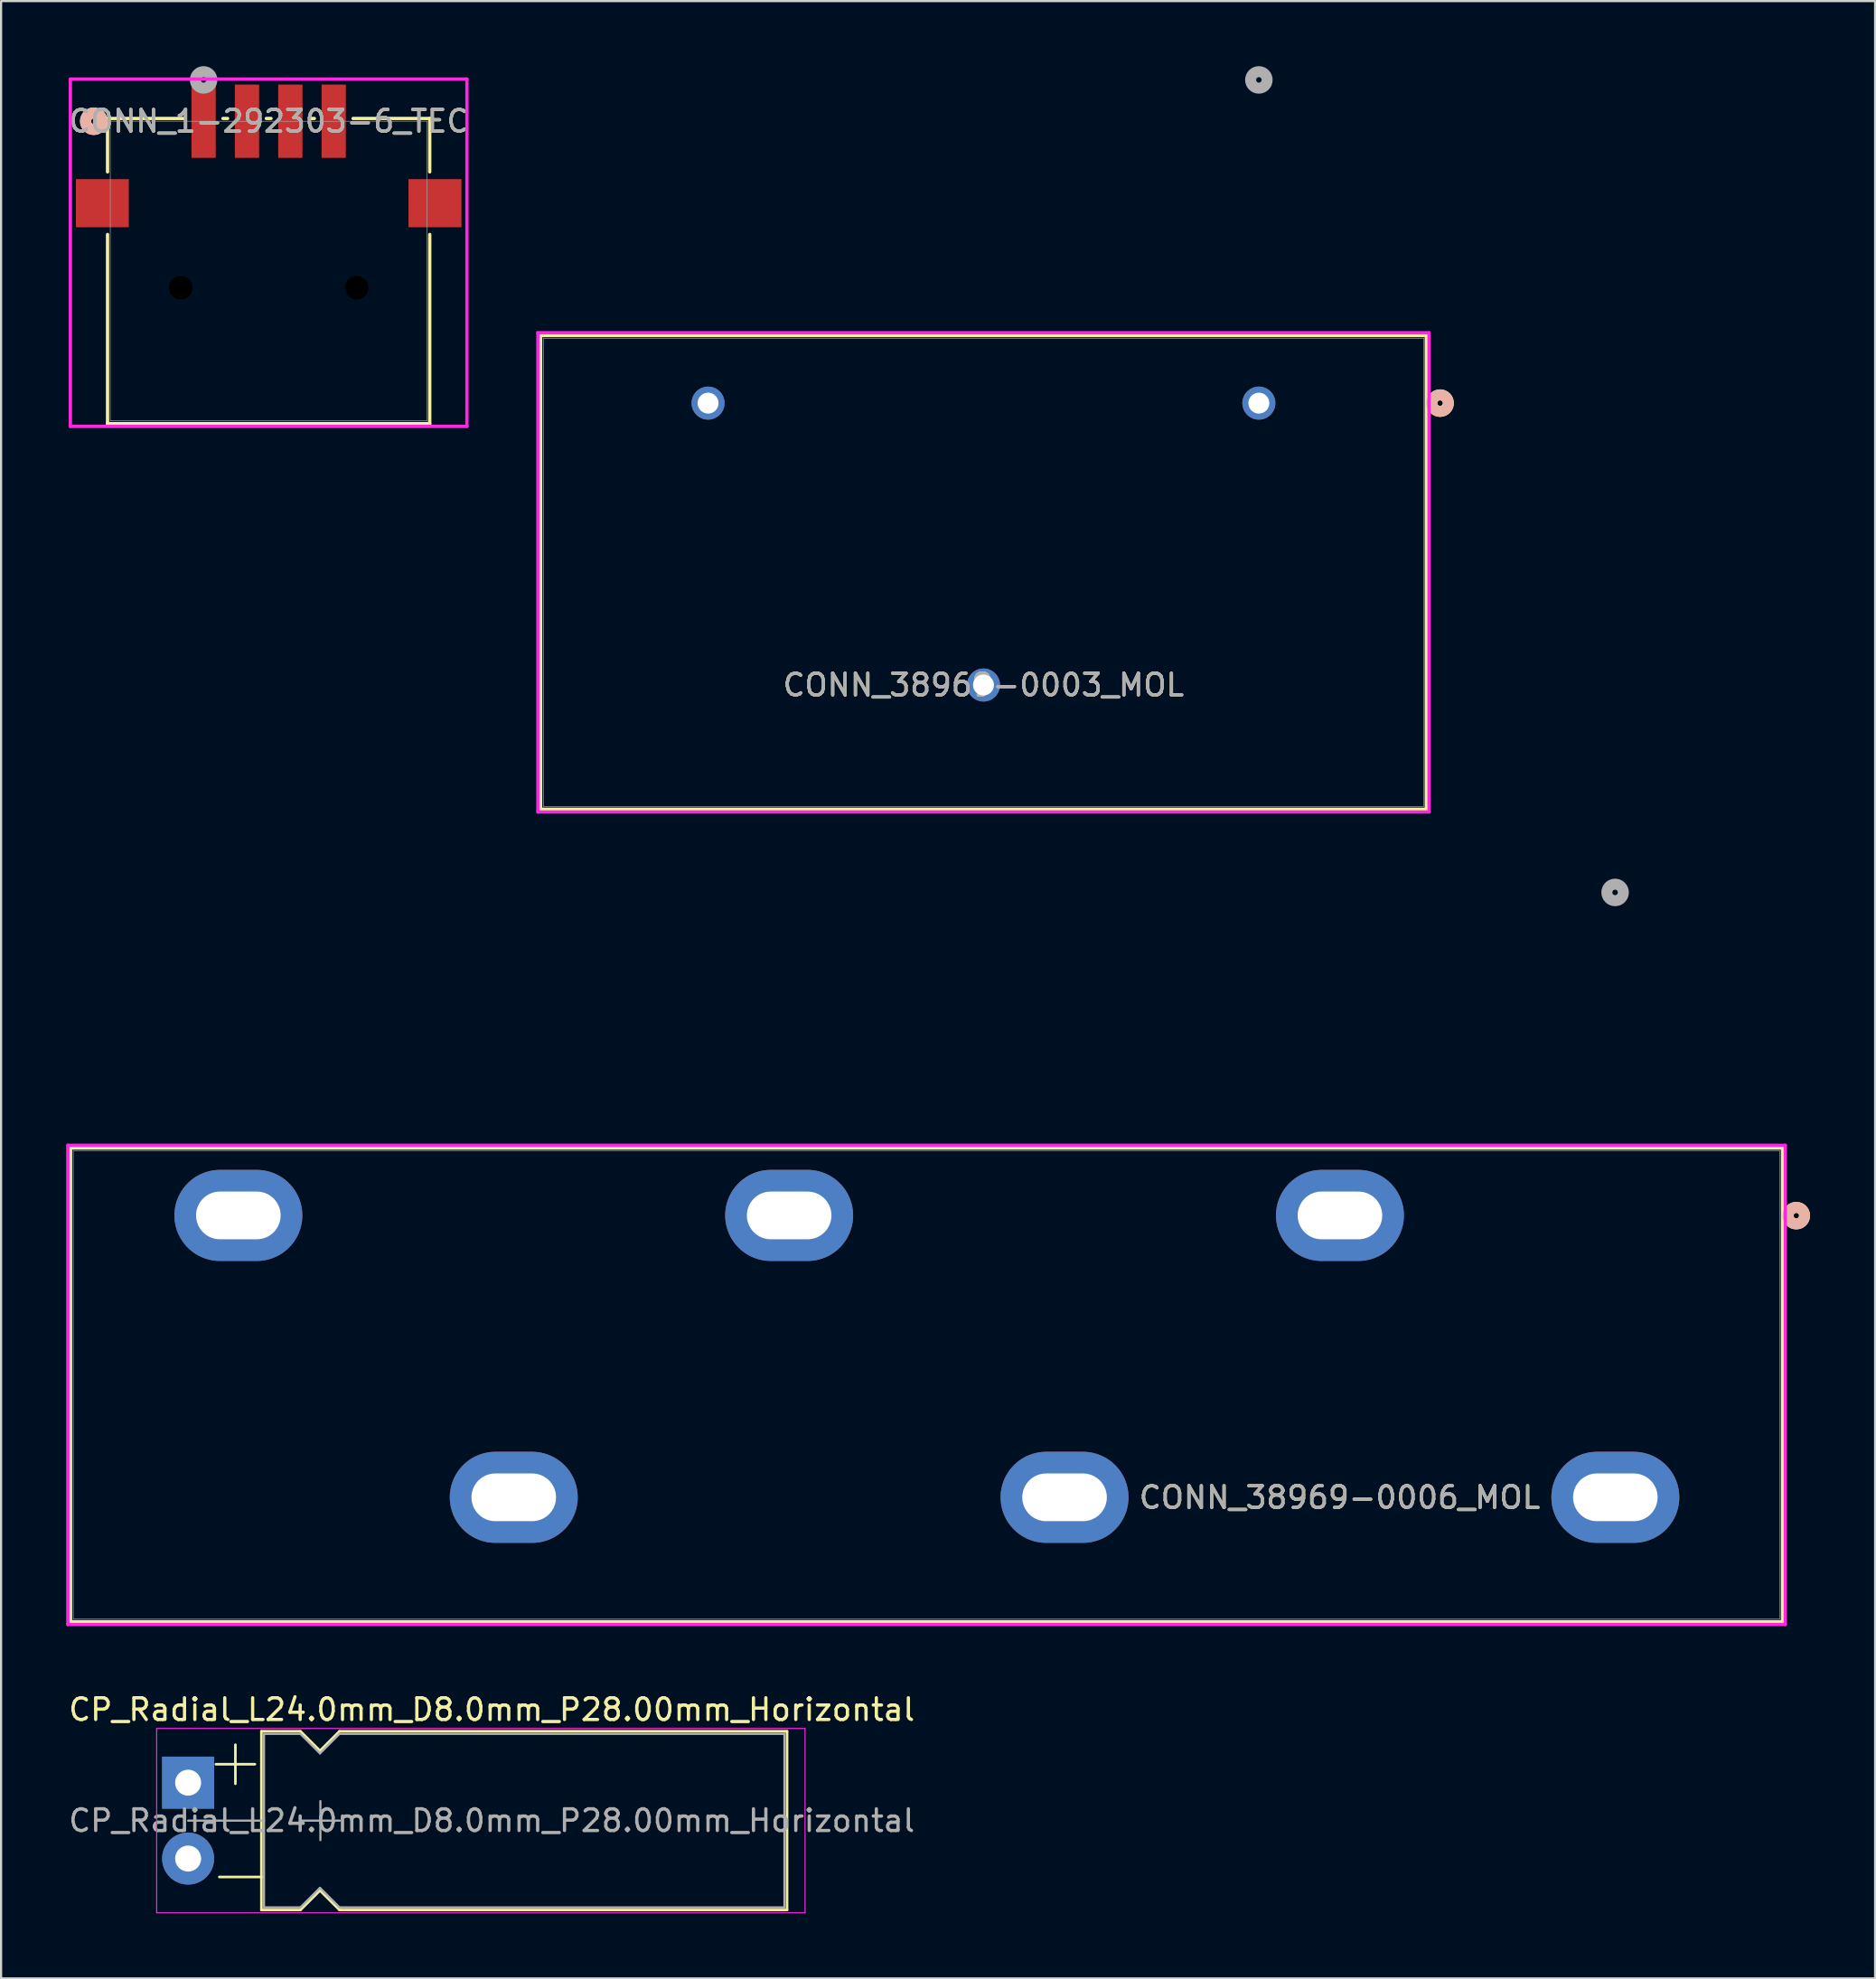
<source format=kicad_pcb>
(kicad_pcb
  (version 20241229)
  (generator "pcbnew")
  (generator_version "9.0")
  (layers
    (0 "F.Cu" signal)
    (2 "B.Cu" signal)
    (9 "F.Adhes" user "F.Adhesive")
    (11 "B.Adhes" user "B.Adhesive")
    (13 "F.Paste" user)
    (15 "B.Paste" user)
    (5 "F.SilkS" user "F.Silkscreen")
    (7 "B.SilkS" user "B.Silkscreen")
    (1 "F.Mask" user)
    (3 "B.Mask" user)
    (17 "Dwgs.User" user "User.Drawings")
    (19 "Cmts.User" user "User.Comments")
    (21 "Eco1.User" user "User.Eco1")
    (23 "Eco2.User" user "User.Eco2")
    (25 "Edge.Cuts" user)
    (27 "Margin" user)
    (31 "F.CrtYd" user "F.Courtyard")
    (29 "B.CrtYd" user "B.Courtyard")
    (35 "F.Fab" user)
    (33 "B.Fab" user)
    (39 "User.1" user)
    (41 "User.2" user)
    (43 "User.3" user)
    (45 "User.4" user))
  (footprint "CP_Radial_L24.0mm_D8.0mm_P28.00mm_Horizontal"
    (layer "F.Cu")
    (at 5.625 79.159)
    (property "Reference" "CP_Radial_L24.0mm_D8.0mm_P28.00mm_Horizontal" (at 14 -3.37 0) (layer "F.SilkS") (effects (font (size 1 1) (thickness 0.15))))
    (attr through_hole)
    (fp_line (start 1.28 -0.85) (end 3.08 -0.85) (stroke (width 0.12) (type solid)) (layer "F.SilkS"))
    (fp_line (start 1.44 4.35) (end 3.38 4.35) (stroke (width 0.12) (type solid)) (layer "F.SilkS"))
    (fp_line (start 2.18 -1.75) (end 2.18 0.05) (stroke (width 0.12) (type solid)) (layer "F.SilkS"))
    (fp_line (start 3.38 -2.37) (end 3.38 5.87) (stroke (width 0.12) (type solid)) (layer "F.SilkS"))
    (fp_line (start 3.38 -2.37) (end 5.18 -2.37) (stroke (width 0.12) (type solid)) (layer "F.SilkS"))
    (fp_line (start 3.38 5.87) (end 5.18 5.87) (stroke (width 0.12) (type solid)) (layer "F.SilkS"))
    (fp_line (start 5.18 -2.37) (end 6.08 -1.47) (stroke (width 0.12) (type solid)) (layer "F.SilkS"))
    (fp_line (start 5.18 5.87) (end 6.08 4.97) (stroke (width 0.12) (type solid)) (layer "F.SilkS"))
    (fp_line (start 6.08 -1.47) (end 6.98 -2.37) (stroke (width 0.12) (type solid)) (layer "F.SilkS"))
    (fp_line (start 6.08 4.97) (end 6.98 5.87) (stroke (width 0.12) (type solid)) (layer "F.SilkS"))
    (fp_line (start 6.98 -2.37) (end 27.62 -2.37) (stroke (width 0.12) (type solid)) (layer "F.SilkS"))
    (fp_line (start 6.98 5.87) (end 27.62 5.87) (stroke (width 0.12) (type solid)) (layer "F.SilkS"))
    (fp_line (start 27.62 -2.37) (end 27.62 5.87) (stroke (width 0.12) (type solid)) (layer "F.SilkS"))
    (fp_line (start -1.45 -2.5) (end -1.45 6) (stroke (width 0.05) (type solid)) (layer "F.CrtYd"))
    (fp_line (start -1.45 6) (end 28.45 6) (stroke (width 0.05) (type solid)) (layer "F.CrtYd"))
    (fp_line (start 28.45 -2.5) (end -1.45 -2.5) (stroke (width 0.05) (type solid)) (layer "F.CrtYd"))
    (fp_line (start 28.45 6) (end 28.45 -2.5) (stroke (width 0.05) (type solid)) (layer "F.CrtYd"))
    (fp_line (start 0 1.75) (end 3.5 1.75) (stroke (width 0.1) (type solid)) (layer "F.Fab"))
    (fp_line (start 3.5 -2.25) (end 3.5 5.75) (stroke (width 0.1) (type solid)) (layer "F.Fab"))
    (fp_line (start 3.5 -2.25) (end 5.18 -2.25) (stroke (width 0.1) (type solid)) (layer "F.Fab"))
    (fp_line (start 3.5 5.75) (end 5.18 5.75) (stroke (width 0.1) (type solid)) (layer "F.Fab"))
    (fp_line (start 5.18 -2.25) (end 6.08 -1.35) (stroke (width 0.1) (type solid)) (layer "F.Fab"))
    (fp_line (start 5.18 5.75) (end 6.08 4.85) (stroke (width 0.1) (type solid)) (layer "F.Fab"))
    (fp_line (start 5.2 1.75) (end 7 1.75) (stroke (width 0.1) (type solid)) (layer "F.Fab"))
    (fp_line (start 6.08 -1.35) (end 6.98 -2.25) (stroke (width 0.1) (type solid)) (layer "F.Fab"))
    (fp_line (start 6.08 4.85) (end 6.98 5.75) (stroke (width 0.1) (type solid)) (layer "F.Fab"))
    (fp_line (start 6.1 0.85) (end 6.1 2.65) (stroke (width 0.1) (type solid)) (layer "F.Fab"))
    (fp_line (start 6.98 -2.25) (end 27.5 -2.25) (stroke (width 0.1) (type solid)) (layer "F.Fab"))
    (fp_line (start 6.98 5.75) (end 27.5 5.75) (stroke (width 0.1) (type solid)) (layer "F.Fab"))
    (fp_line (start 27.5 -2.25) (end 27.5 5.75) (stroke (width 0.1) (type solid)) (layer "F.Fab"))
    (fp_text user "${REFERENCE}" (at 14 1.75 0) (layer "F.Fab") (effects (font (size 1 1) (thickness 0.15))))
    (pad "1" thru_hole rect (at 0 0) (size 2.4 2.4) (drill 1.2) (layers "*.Cu" "*.Mask"))
    (pad "2" thru_hole oval (at 0 3.5) (size 2.4 2.4) (drill 1.2) (layers "*.Cu" "*.Mask")))
  (footprint "CONN_38969-0006_MOL"
    (layer "F.Cu")
    (at 71.442 53)
    (property "Reference" "CONN_38969-0006_MOL" (at -12.711 13.01 0) (unlocked yes) (layer "F.SilkS") (effects (font (size 1 1) (thickness 0.15))))
    (attr through_hole)
    (fp_line (start -71.238 -3.107) (end -71.238 18.737) (stroke (width 0.152) (type solid)) (layer "F.SilkS"))
    (fp_line (start -71.238 18.737) (end 7.71 18.737) (stroke (width 0.152) (type solid)) (layer "F.SilkS"))
    (fp_line (start 7.71 -3.107) (end -71.238 -3.107) (stroke (width 0.152) (type solid)) (layer "F.SilkS"))
    (fp_line (start 7.71 18.737) (end 7.71 -3.107) (stroke (width 0.152) (type solid)) (layer "F.SilkS"))
    (fp_circle (center 8.345 0.01) (end 8.726 0.01) (stroke (width 0.508) (type solid)) (fill no) (layer "F.SilkS"))
    (fp_circle (center 8.345 0.01) (end 8.726 0.01) (stroke (width 0.508) (type solid)) (fill no) (layer "B.SilkS"))
    (fp_line (start -71.365 -3.234) (end -71.365 18.864) (stroke (width 0.152) (type solid)) (layer "F.CrtYd"))
    (fp_line (start -71.365 18.864) (end 7.837 18.864) (stroke (width 0.152) (type solid)) (layer "F.CrtYd"))
    (fp_line (start 7.837 -3.234) (end -71.365 -3.234) (stroke (width 0.152) (type solid)) (layer "F.CrtYd"))
    (fp_line (start 7.837 18.864) (end 7.837 -3.234) (stroke (width 0.152) (type solid)) (layer "F.CrtYd"))
    (fp_line (start -71.111 -2.98) (end -71.111 18.61) (stroke (width 0.025) (type solid)) (layer "F.Fab"))
    (fp_line (start -71.111 18.61) (end 7.583 18.61) (stroke (width 0.025) (type solid)) (layer "F.Fab"))
    (fp_line (start 7.583 18.61) (end 7.583 -2.98) (stroke (width 0.025) (type solid)) (layer "F.Fab"))
    (fp_line (start 7.589 -2.98) (end -71.111 -2.98) (stroke (width 0.025) (type solid)) (layer "F.Fab"))
    (fp_circle (center -0.011 -14.895) (end 0.37 -14.895) (stroke (width 0.508) (type solid)) (fill no) (layer "F.Fab"))
    (fp_text user "${REFERENCE}" (at -12.711 13.01 0) (unlocked yes) (layer "F.Fab") (effects (font (size 1 1) (thickness 0.15))))
    (pad "1" thru_hole oval (at 0 13) (size 5.9 4.2) (drill oval 3.9 2.2) (layers "*.Cu" "*.Mask"))
    (pad "2" thru_hole oval (at -12.7 0) (size 5.9 4.2) (drill oval 3.9 2.2) (layers "*.Cu" "*.Mask"))
    (pad "3" thru_hole oval (at -25.4 13) (size 5.9 4.2) (drill oval 3.9 2.2) (layers "*.Cu" "*.Mask"))
    (pad "4" thru_hole oval (at -38.1 0) (size 5.9 4.2) (drill oval 3.9 2.2) (layers "*.Cu" "*.Mask"))
    (pad "5" thru_hole oval (at -50.8 13) (size 5.9 4.2) (drill oval 3.9 2.2) (layers "*.Cu" "*.Mask"))
    (pad "6" thru_hole oval (at -63.5 0) (size 5.9 4.2) (drill oval 3.9 2.2) (layers "*.Cu" "*.Mask")))
  (footprint "CONN_1-292303-6_TEC"
    (layer "F.Cu")
    (at 6.339 2.54)
    (property "Reference" "CONN_1-292303-6_TEC" (at 3 0 0) (unlocked yes) (layer "F.SilkS") (effects (font (size 1 1) (thickness 0.15))))
    (attr smd)
    (fp_line (start -4.43 -0.127) (end -4.43 2.337) (stroke (width 0.152) (type solid)) (layer "F.SilkS"))
    (fp_line (start -4.43 5.223) (end -4.43 13.945) (stroke (width 0.152) (type solid)) (layer "F.SilkS"))
    (fp_line (start -4.43 13.945) (end 10.429 13.945) (stroke (width 0.152) (type solid)) (layer "F.SilkS"))
    (fp_line (start -0.892 -0.127) (end -4.43 -0.127) (stroke (width 0.152) (type solid)) (layer "F.SilkS"))
    (fp_line (start 1.108 -0.127) (end 0.892 -0.127) (stroke (width 0.152) (type solid)) (layer "F.SilkS"))
    (fp_line (start 3.108 -0.127) (end 2.892 -0.127) (stroke (width 0.152) (type solid)) (layer "F.SilkS"))
    (fp_line (start 5.108 -0.127) (end 4.892 -0.127) (stroke (width 0.152) (type solid)) (layer "F.SilkS"))
    (fp_line (start 10.429 -0.127) (end 6.892 -0.127) (stroke (width 0.152) (type solid)) (layer "F.SilkS"))
    (fp_line (start 10.429 2.337) (end 10.429 -0.127) (stroke (width 0.152) (type solid)) (layer "F.SilkS"))
    (fp_line (start 10.429 13.945) (end 10.429 5.223) (stroke (width 0.152) (type solid)) (layer "F.SilkS"))
    (fp_circle (center -5.065 0) (end -4.684 0) (stroke (width 0.508) (type solid)) (fill no) (layer "F.SilkS"))
    (fp_circle (center -5.065 0) (end -4.684 0) (stroke (width 0.508) (type solid)) (fill no) (layer "B.SilkS"))
    (fp_line (start -6.144 -1.943) (end -6.144 14.072) (stroke (width 0.152) (type solid)) (layer "F.CrtYd"))
    (fp_line (start -6.144 14.072) (end 12.144 14.072) (stroke (width 0.152) (type solid)) (layer "F.CrtYd"))
    (fp_line (start 12.144 -1.943) (end -6.144 -1.943) (stroke (width 0.152) (type solid)) (layer "F.CrtYd"))
    (fp_line (start 12.144 14.072) (end 12.144 -1.943) (stroke (width 0.152) (type solid)) (layer "F.CrtYd"))
    (fp_line (start -4.303 0) (end -4.303 13.818) (stroke (width 0.025) (type solid)) (layer "F.Fab"))
    (fp_line (start -4.303 13.818) (end 10.302 13.818) (stroke (width 0.025) (type solid)) (layer "F.Fab"))
    (fp_line (start 10.302 0) (end -4.303 0) (stroke (width 0.025) (type solid)) (layer "F.Fab"))
    (fp_line (start 10.302 13.818) (end 10.302 0) (stroke (width 0.025) (type solid)) (layer "F.Fab"))
    (fp_circle (center 0 -1.905) (end 0.381 -1.905) (stroke (width 0.508) (type solid)) (fill no) (layer "F.Fab"))
    (fp_text user "${REFERENCE}" (at 3 0 0) (unlocked yes) (layer "F.Fab") (effects (font (size 1 1) (thickness 0.15))))
    (pad "" np_thru_hole circle (at -1.06 7.68) (size 1.092 1.092) (drill 1.092) (layers))
    (pad "" np_thru_hole circle (at 7.06 7.68) (size 1.092 1.092) (drill 1.092) (layers))
    (pad "1" smd rect (at 0 0) (size 1.118 3.378) (layers "F.Cu" "F.Mask" "F.Paste"))
    (pad "2" smd rect (at 2 0) (size 1.118 3.378) (layers "F.Cu" "F.Mask" "F.Paste"))
    (pad "3" smd rect (at 4 0) (size 1.118 3.378) (layers "F.Cu" "F.Mask" "F.Paste"))
    (pad "4" smd rect (at 6 0) (size 1.118 3.378) (layers "F.Cu" "F.Mask" "F.Paste"))
    (pad "5" smd rect (at -4.67 3.78) (size 2.44 2.22) (layers "F.Cu" "F.Mask" "F.Paste"))
    (pad "6" smd rect (at 10.67 3.78) (size 2.44 2.22) (layers "F.Cu" "F.Mask" "F.Paste"))
    (zone (net_name "") (layer "F.Cu") (hatch full 0.508) (connect_pads) (min_thickness 0.254) (filled_areas_thickness no) (keepout (tracks not_allowed) (vias not_allowed) (pads allowed) (copperpour not_allowed) (footprints allowed)) (placement (enabled no)) (fill) (polygon (pts (xy 4.733 8.582) (xy 5.825 8.582) (xy 5.825 11.858) (xy 4.733 11.858))))
    (zone (net_name "") (layer "F.Cu") (hatch full 0.508) (connect_pads) (min_thickness 0.254) (filled_areas_thickness no) (keepout (tracks not_allowed) (vias not_allowed) (pads allowed) (copperpour not_allowed) (footprints allowed)) (placement (enabled no)) (fill) (polygon (pts (xy 12.853 8.582) (xy 13.945 8.582) (xy 13.945 11.858) (xy 12.853 11.858)))))
  (footprint "CONN_38969-0003_MOL"
    (layer "F.Cu")
    (at 55.003 15.54)
    (property "Reference" "CONN_38969-0003_MOL" (at -12.7 13 0) (unlocked yes) (layer "F.SilkS") (effects (font (size 1 1) (thickness 0.15))))
    (attr through_hole)
    (fp_line (start -33.122 -3.117) (end -33.122 18.727) (stroke (width 0.152) (type solid)) (layer "F.SilkS"))
    (fp_line (start -33.122 18.727) (end 7.722 18.727) (stroke (width 0.152) (type solid)) (layer "F.SilkS"))
    (fp_line (start 7.722 -3.117) (end -33.122 -3.117) (stroke (width 0.152) (type solid)) (layer "F.SilkS"))
    (fp_line (start 7.722 18.727) (end 7.722 -3.117) (stroke (width 0.152) (type solid)) (layer "F.SilkS"))
    (fp_circle (center 8.357 0) (end 8.738 0) (stroke (width 0.508) (type solid)) (fill no) (layer "F.SilkS"))
    (fp_circle (center 8.357 0) (end 8.738 0) (stroke (width 0.508) (type solid)) (fill no) (layer "B.SilkS"))
    (fp_line (start -33.249 -3.244) (end -33.249 18.854) (stroke (width 0.152) (type solid)) (layer "F.CrtYd"))
    (fp_line (start -33.249 18.854) (end 7.849 18.854) (stroke (width 0.152) (type solid)) (layer "F.CrtYd"))
    (fp_line (start 7.849 -3.244) (end -33.249 -3.244) (stroke (width 0.152) (type solid)) (layer "F.CrtYd"))
    (fp_line (start 7.849 18.854) (end 7.849 -3.244) (stroke (width 0.152) (type solid)) (layer "F.CrtYd"))
    (fp_line (start -32.995 -2.99) (end -32.995 18.6) (stroke (width 0.025) (type solid)) (layer "F.Fab"))
    (fp_line (start -32.995 18.6) (end 7.595 18.6) (stroke (width 0.025) (type solid)) (layer "F.Fab"))
    (fp_line (start 7.595 -2.99) (end -32.995 -2.99) (stroke (width 0.025) (type solid)) (layer "F.Fab"))
    (fp_line (start 7.595 18.6) (end 7.595 -2.99) (stroke (width 0.025) (type solid)) (layer "F.Fab"))
    (fp_circle (center 0 -14.905) (end 0.381 -14.905) (stroke (width 0.508) (type solid)) (fill no) (layer "F.Fab"))
    (fp_text user "${REFERENCE}" (at -12.7 13 0) (unlocked yes) (layer "F.Fab") (effects (font (size 1 1) (thickness 0.15))))
    (pad "1" thru_hole circle (at 0 0) (size 1.524 1.524) (drill 0.965) (layers "*.Cu" "*.Mask"))
    (pad "2" thru_hole circle (at -12.7 13) (size 1.524 1.524) (drill 0.965) (layers "*.Cu" "*.Mask"))
    (pad "3" thru_hole circle (at -25.4 0) (size 1.524 1.524) (drill 0.965) (layers "*.Cu" "*.Mask")))
  (gr_rect
    (start -3 -3)
    (end 83.422 88.184)
    (stroke (width 0.1) (type default))
    (fill no)
    (layer "Edge.Cuts")))
</source>
